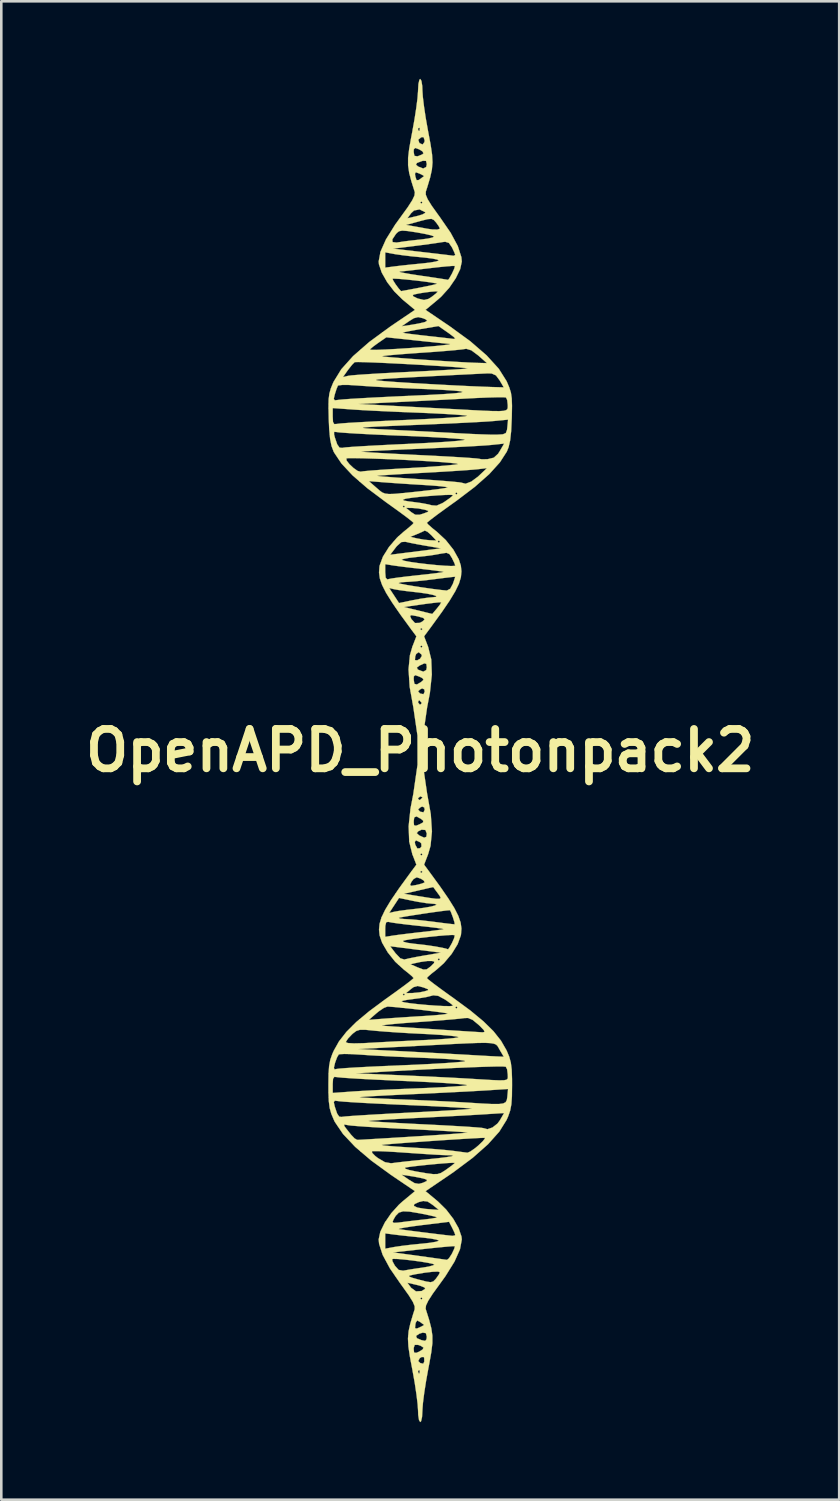
<source format=kicad_pcb>
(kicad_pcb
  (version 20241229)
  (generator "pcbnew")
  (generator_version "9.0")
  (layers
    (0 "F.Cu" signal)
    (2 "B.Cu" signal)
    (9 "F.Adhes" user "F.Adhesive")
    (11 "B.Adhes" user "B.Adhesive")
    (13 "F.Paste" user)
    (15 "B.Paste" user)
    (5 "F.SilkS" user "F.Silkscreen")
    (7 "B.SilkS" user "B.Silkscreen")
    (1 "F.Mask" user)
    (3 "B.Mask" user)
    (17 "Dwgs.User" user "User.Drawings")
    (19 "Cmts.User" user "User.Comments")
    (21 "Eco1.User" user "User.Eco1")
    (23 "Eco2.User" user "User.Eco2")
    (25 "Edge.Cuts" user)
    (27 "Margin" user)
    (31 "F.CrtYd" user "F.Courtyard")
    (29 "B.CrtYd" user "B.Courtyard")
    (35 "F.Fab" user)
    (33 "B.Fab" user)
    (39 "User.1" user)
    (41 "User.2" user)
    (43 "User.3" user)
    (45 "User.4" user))
  (footprint "OpenAPD_Photonpack2"
    (layer "F.Cu")
    (at 13.215 25.998)
    (property "Reference" "OpenAPD_Photonpack2" (at 0 0 0) (layer "F.SilkS") (effects (font (size 1.524 1.524) (thickness 0.3))))
    (attr through_hole)
    (fp_poly (pts (xy 0.047 -25.916) (xy 0.078 -25.72) (xy 0.084 -25.548) (xy 0.101 -25.297) (xy 0.146 -24.927) (xy 0.212 -24.484) (xy 0.295 -24.017) (xy 0.309 -23.944) (xy 0.402 -23.447) (xy 0.458 -23.069) (xy 0.475 -22.763) (xy 0.451 -22.482) (xy 0.384 -22.179) (xy 0.273 -21.807) (xy 0.215 -21.627) (xy 0.215 -21.511) (xy 0.285 -21.341) (xy 0.439 -21.092) (xy 0.689 -20.742) (xy 0.754 -20.653) (xy 1.175 -20.042) (xy 1.454 -19.523) (xy 1.592 -19.097) (xy 1.609 -18.925) (xy 1.546 -18.631) (xy 1.375 -18.279) (xy 1.124 -17.912) (xy 0.82 -17.575) (xy 0.685 -17.454) (xy 0.205 -17.055) (xy 1.137 -16.423) (xy 1.936 -15.841) (xy 2.57 -15.292) (xy 3.039 -14.777) (xy 3.342 -14.296) (xy 3.352 -14.274) (xy 3.448 -14.049) (xy 3.51 -13.85) (xy 3.542 -13.63) (xy 3.552 -13.344) (xy 3.545 -12.945) (xy 3.542 -12.846) (xy 3.519 -12.359) (xy 3.48 -12.003) (xy 3.42 -11.741) (xy 3.352 -11.57) (xy 3.083 -11.153) (xy 2.672 -10.699) (xy 2.112 -10.204) (xy 1.398 -9.662) (xy 1.314 -9.603) (xy 0.949 -9.341) (xy 0.638 -9.114) (xy 0.406 -8.937) (xy 0.276 -8.831) (xy 0.257 -8.808) (xy 0.32 -8.736) (xy 0.48 -8.596) (xy 0.642 -8.467) (xy 0.988 -8.146) (xy 1.284 -7.773) (xy 1.493 -7.399) (xy 1.572 -7.156) (xy 1.595 -6.933) (xy 1.574 -6.707) (xy 1.498 -6.457) (xy 1.356 -6.163) (xy 1.139 -5.803) (xy 0.836 -5.358) (xy 0.437 -4.808) (xy 0.347 -4.686) (xy 0.149 -4.419) (xy 0.307 -4.008) (xy 0.427 -3.524) (xy 0.449 -2.935) (xy 0.374 -2.229) (xy 0.267 -1.674) (xy 0.105 -0.553) (xy 0.107 0.581) (xy 0.267 1.674) (xy 0.409 2.467) (xy 0.453 3.135) (xy 0.399 3.689) (xy 0.307 4.008) (xy 0.149 4.419) (xy 0.347 4.686) (xy 0.766 5.26) (xy 1.086 5.724) (xy 1.32 6.098) (xy 1.475 6.404) (xy 1.564 6.661) (xy 1.595 6.89) (xy 1.579 7.111) (xy 1.572 7.156) (xy 1.448 7.496) (xy 1.217 7.871) (xy 0.916 8.23) (xy 0.635 8.48) (xy 0.428 8.643) (xy 0.291 8.765) (xy 0.257 8.808) (xy 0.321 8.87) (xy 0.501 9.011) (xy 0.772 9.212) (xy 1.11 9.457) (xy 1.306 9.597) (xy 1.944 10.067) (xy 2.447 10.483) (xy 2.834 10.864) (xy 3.124 11.229) (xy 3.336 11.597) (xy 3.348 11.622) (xy 3.445 11.854) (xy 3.506 12.079) (xy 3.54 12.348) (xy 3.553 12.709) (xy 3.554 12.954) (xy 3.549 13.382) (xy 3.528 13.692) (xy 3.482 13.933) (xy 3.405 14.156) (xy 3.342 14.299) (xy 3.061 14.75) (xy 2.623 15.24) (xy 2.032 15.763) (xy 1.296 16.313) (xy 1.137 16.423) (xy 0.205 17.055) (xy 0.685 17.454) (xy 1.003 17.767) (xy 1.279 18.126) (xy 1.486 18.49) (xy 1.597 18.813) (xy 1.609 18.925) (xy 1.538 19.307) (xy 1.327 19.781) (xy 0.974 20.348) (xy 0.754 20.653) (xy 0.483 21.027) (xy 0.311 21.295) (xy 0.223 21.481) (xy 0.209 21.606) (xy 0.215 21.627) (xy 0.345 22.039) (xy 0.429 22.364) (xy 0.47 22.648) (xy 0.47 22.939) (xy 0.429 23.282) (xy 0.351 23.725) (xy 0.309 23.944) (xy 0.225 24.411) (xy 0.155 24.86) (xy 0.106 25.245) (xy 0.085 25.518) (xy 0.084 25.548) (xy 0.07 25.797) (xy 0.033 25.958) (xy 0 25.993) (xy -0.047 25.916) (xy -0.078 25.72) (xy -0.084 25.548) (xy -0.101 25.297) (xy -0.146 24.927) (xy -0.212 24.484) (xy -0.29 24.045) (xy -0.085 24.045) (xy -0.054 24.115) (xy -0.028 24.102) (xy -0.018 24.001) (xy -0.028 23.989) (xy -0.079 24.001) (xy -0.085 24.045) (xy -0.29 24.045) (xy -0.295 24.017) (xy -0.309 23.944) (xy -0.368 23.63) (xy -0.078 23.63) (xy 0.001 23.708) (xy 0.115 23.733) (xy 0.156 23.655) (xy 0.153 23.51) (xy 0.133 23.473) (xy 0.04 23.479) (xy -0.022 23.525) (xy -0.078 23.63) (xy -0.368 23.63) (xy -0.402 23.447) (xy -0.444 23.162) (xy -0.254 23.162) (xy -0.238 23.301) (xy -0.156 23.314) (xy -0.045 23.269) (xy 0.095 23.18) (xy 0.126 23.112) (xy 0.021 23.042) (xy -0.083 23.005) (xy -0.213 23.005) (xy -0.253 23.126) (xy -0.254 23.162) (xy -0.444 23.162) (xy -0.458 23.069) (xy -0.475 22.763) (xy -0.466 22.658) (xy -0.161 22.658) (xy -0.129 22.746) (xy 0.047 22.821) (xy 0.191 22.85) (xy 0.242 22.788) (xy 0.254 22.691) (xy 0.22 22.552) (xy 0.098 22.531) (xy -0.035 22.573) (xy -0.161 22.658) (xy -0.466 22.658) (xy -0.451 22.482) (xy -0.424 22.358) (xy -0.201 22.358) (xy -0.131 22.373) (xy -0.029 22.33) (xy 0.111 22.26) (xy 0.149 22.23) (xy 0.072 22.177) (xy -0.011 22.114) (xy -0.118 22.061) (xy -0.172 22.143) (xy -0.188 22.215) (xy -0.201 22.358) (xy -0.424 22.358) (xy -0.384 22.179) (xy -0.273 21.807) (xy -0.215 21.627) (xy -0.215 21.511) (xy -0.285 21.341) (xy -0.367 21.209) (xy 0 21.209) (xy 0.042 21.251) (xy 0.085 21.209) (xy 0.042 21.167) (xy 0 21.209) (xy -0.367 21.209) (xy -0.439 21.092) (xy -0.689 20.742) (xy -0.754 20.653) (xy -0.791 20.6) (xy -0.496 20.6) (xy -0.354 20.795) (xy -0.165 20.934) (xy 0.057 20.921) (xy 0.193 20.833) (xy 0.159 20.781) (xy 0.000142 20.718) (xy -0.119 20.687) (xy -0.496 20.6) (xy -0.791 20.6) (xy -0.958 20.357) (xy -0.435 20.357) (xy -0.321 20.404) (xy -0.062 20.478) (xy -0.042 20.483) (xy 0.238 20.555) (xy 0.404 20.579) (xy 0.504 20.55) (xy 0.589 20.466) (xy 0.614 20.436) (xy 0.723 20.281) (xy 0.762 20.191) (xy 0.685 20.168) (xy 0.48 20.176) (xy 0.184 20.21) (xy -0.167 20.268) (xy -0.296 20.294) (xy -0.421 20.325) (xy -0.435 20.357) (xy -0.958 20.357) (xy -1.175 20.042) (xy -1.366 19.686) (xy -1.088 19.686) (xy -1.072 19.773) (xy -0.984 19.935) (xy -0.977 19.945) (xy -0.836 20.103) (xy -0.666 20.133) (xy -0.597 20.122) (xy -0.373 20.083) (xy -0.072 20.037) (xy 0.075 20.017) (xy 0.329 19.974) (xy 0.503 19.926) (xy 0.548 19.9) (xy 0.486 19.869) (xy 0.298 19.829) (xy 0.027 19.784) (xy -0.285 19.741) (xy -0.595 19.705) (xy -0.861 19.681) (xy -1.039 19.676) (xy -1.088 19.686) (xy -1.366 19.686) (xy -1.454 19.523) (xy -1.486 19.425) (xy -1.058 19.425) (xy -0.042 19.564) (xy 0.355 19.619) (xy 0.691 19.666) (xy 0.929 19.7) (xy 1.035 19.715) (xy 1.035 19.715) (xy 1.11 19.656) (xy 1.215 19.496) (xy 1.232 19.465) (xy 1.315 19.287) (xy 1.342 19.188) (xy 1.34 19.184) (xy 1.25 19.186) (xy 1.024 19.204) (xy 0.691 19.235) (xy 0.282 19.278) (xy 0.127 19.295) (xy -1.058 19.425) (xy -1.486 19.425) (xy -1.532 19.282) (xy -1.355 19.282) (xy -0.995 19.215) (xy -0.733 19.176) (xy -0.374 19.132) (xy 0.01 19.093) (xy 0.062 19.089) (xy 0.375 19.054) (xy 0.606 19.015) (xy 0.717 18.978) (xy 0.721 18.967) (xy 0.624 18.93) (xy 0.403 18.889) (xy 0.104 18.853) (xy 0.066 18.85) (xy -0.312 18.813) (xy -0.688 18.773) (xy -0.953 18.742) (xy -1.355 18.69) (xy -1.355 19.282) (xy -1.532 19.282) (xy -1.592 19.097) (xy -1.609 18.925) (xy -1.546 18.631) (xy -1.494 18.524) (xy -0.833 18.524) (xy -0.826 18.526) (xy -0.698 18.545) (xy -0.444 18.579) (xy -0.108 18.622) (xy 0.267 18.669) (xy 0.638 18.715) (xy 0.962 18.754) (xy 1.196 18.78) (xy 1.249 18.786) (xy 1.347 18.766) (xy 1.355 18.749) (xy 1.32 18.649) (xy 1.235 18.472) (xy 1.116 18.242) (xy 0.071 18.369) (xy -0.309 18.419) (xy -0.604 18.465) (xy -0.788 18.501) (xy -0.833 18.524) (xy -1.494 18.524) (xy -1.375 18.279) (xy -1.351 18.244) (xy -1.071 18.244) (xy -1.028 18.283) (xy -0.867 18.274) (xy -0.75 18.259) (xy -0.455 18.221) (xy -0.09 18.178) (xy 0.151 18.152) (xy 0.42 18.119) (xy 0.601 18.088) (xy 0.654 18.067) (xy 0.562 18.038) (xy 0.346 17.988) (xy 0.048 17.927) (xy -0.041 17.91) (xy -0.414 17.847) (xy -0.664 17.836) (xy -0.829 17.887) (xy -0.949 18.009) (xy -1.029 18.144) (xy -1.071 18.244) (xy -1.351 18.244) (xy -1.124 17.912) (xy -0.869 17.629) (xy -0.245 17.629) (xy -0.103 17.692) (xy 0.189 17.741) (xy 0.508 17.767) (xy 0.72 17.779) (xy 0.476 17.584) (xy 0.285 17.457) (xy 0.114 17.436) (xy -0.051 17.477) (xy -0.229 17.557) (xy -0.245 17.629) (xy -0.869 17.629) (xy -0.82 17.575) (xy -0.685 17.454) (xy -0.205 17.055) (xy -1.137 16.423) (xy -1.142 16.419) (xy -0.72 16.419) (xy -0.428 16.62) (xy -0.216 16.746) (xy -0.051 16.773) (xy 0.102 16.732) (xy 0.252 16.664) (xy 0.254 16.616) (xy 0.191 16.588) (xy 0.018 16.543) (xy -0.24 16.493) (xy -0.339 16.477) (xy -0.72 16.419) (xy -1.142 16.419) (xy -1.515 16.148) (xy -0.593 16.148) (xy -0.58 16.185) (xy -0.431 16.236) (xy -0.177 16.291) (xy -0.127 16.3) (xy 0.246 16.364) (xy 0.496 16.396) (xy 0.664 16.394) (xy 0.795 16.354) (xy 0.932 16.272) (xy 1.034 16.201) (xy 1.22 16.066) (xy 1.325 15.978) (xy 1.335 15.961) (xy 1.24 15.958) (xy 1.02 15.97) (xy 0.715 15.995) (xy 0.368 16.027) (xy 0.021 16.063) (xy -0.284 16.098) (xy -0.504 16.129) (xy -0.593 16.148) (xy -1.515 16.148) (xy -1.9 15.868) (xy -2.32 15.51) (xy -1.867 15.51) (xy -1.862 15.571) (xy -1.744 15.692) (xy -1.637 15.775) (xy -1.365 15.934) (xy -1.132 15.975) (xy -1.058 15.967) (xy -0.874 15.943) (xy -0.566 15.908) (xy -0.178 15.867) (xy 0.212 15.829) (xy 0.682 15.781) (xy 1.021 15.739) (xy 1.222 15.705) (xy 1.275 15.68) (xy 1.173 15.666) (xy 1.032 15.663) (xy 0.854 15.657) (xy 0.545 15.641) (xy 0.143 15.615) (xy -0.314 15.584) (xy -0.504 15.571) (xy -0.954 15.54) (xy -1.347 15.518) (xy -1.651 15.506) (xy -1.833 15.506) (xy -1.867 15.51) (xy -2.32 15.51) (xy -2.519 15.34) (xy -2.588 15.266) (xy -1.494 15.266) (xy -1.428 15.284) (xy -1.223 15.306) (xy -0.908 15.331) (xy -0.513 15.357) (xy -0.405 15.363) (xy 0.07 15.392) (xy 0.535 15.425) (xy 0.937 15.459) (xy 1.224 15.49) (xy 1.228 15.49) (xy 1.514 15.527) (xy 1.735 15.556) (xy 1.827 15.568) (xy 1.938 15.522) (xy 2.123 15.393) (xy 2.251 15.286) (xy 2.42 15.124) (xy 2.504 15.016) (xy 2.498 14.991) (xy 2.349 14.995) (xy 2.072 15.009) (xy 1.695 15.031) (xy 1.247 15.059) (xy 0.756 15.091) (xy 0.251 15.126) (xy -0.239 15.161) (xy -0.685 15.194) (xy -1.06 15.223) (xy -1.334 15.247) (xy -1.479 15.263) (xy -1.494 15.266) (xy -2.588 15.266) (xy -2.988 14.843) (xy -3.204 14.525) (xy -2.944 14.525) (xy -2.882 14.612) (xy -2.679 14.87) (xy -2.543 15.013) (xy -2.447 15.068) (xy -2.42 15.071) (xy -2.312 15.066) (xy -2.06 15.051) (xy -1.687 15.029) (xy -1.218 15.001) (xy -0.678 14.968) (xy -0.258 14.942) (xy 0.314 14.906) (xy 0.828 14.871) (xy 1.26 14.84) (xy 1.587 14.815) (xy 1.785 14.796) (xy 1.835 14.788) (xy 1.761 14.777) (xy 1.54 14.76) (xy 1.193 14.739) (xy 0.742 14.713) (xy 0.209 14.685) (xy -0.361 14.657) (xy -0.968 14.627) (xy -1.528 14.596) (xy -2.016 14.567) (xy -2.408 14.539) (xy -2.677 14.517) (xy -2.794 14.501) (xy -2.939 14.475) (xy -2.944 14.525) (xy -3.204 14.525) (xy -3.3 14.383) (xy -3.322 14.339) (xy -2.006 14.339) (xy -1.933 14.35) (xy -1.711 14.367) (xy -1.364 14.389) (xy -0.914 14.415) (xy -0.381 14.444) (xy 0.19 14.472) (xy 0.786 14.502) (xy 1.325 14.532) (xy 1.783 14.559) (xy 2.139 14.584) (xy 2.37 14.604) (xy 2.452 14.617) (xy 2.601 14.658) (xy 2.798 14.59) (xy 2.99 14.439) (xy 3.079 14.319) (xy 3.246 14.032) (xy 2.364 14.088) (xy 1.993 14.11) (xy 1.498 14.138) (xy 0.924 14.168) (xy 0.317 14.2) (xy -0.249 14.228) (xy -0.772 14.255) (xy -1.234 14.281) (xy -1.609 14.305) (xy -1.873 14.324) (xy -1.999 14.337) (xy -2.006 14.339) (xy -3.322 14.339) (xy -3.342 14.299) (xy -3.442 14.063) (xy -3.505 13.838) (xy -3.534 13.609) (xy -3.347 13.609) (xy -3.307 13.785) (xy -3.306 13.788) (xy -3.218 14.049) (xy -3.136 14.171) (xy -3.039 14.184) (xy -3.024 14.179) (xy -2.916 14.166) (xy -2.661 14.145) (xy -2.281 14.12) (xy -1.799 14.091) (xy -1.237 14.059) (xy -0.617 14.026) (xy -0.478 14.019) (xy 0.147 13.986) (xy 0.716 13.955) (xy 1.205 13.926) (xy 1.596 13.9) (xy 1.865 13.88) (xy 1.991 13.866) (xy 1.998 13.863) (xy 1.925 13.852) (xy 1.704 13.834) (xy 1.354 13.813) (xy 0.897 13.788) (xy 0.354 13.76) (xy -0.256 13.732) (xy -0.445 13.724) (xy -1.087 13.695) (xy -1.683 13.666) (xy -2.209 13.639) (xy -2.642 13.613) (xy -2.958 13.591) (xy -3.133 13.575) (xy -3.151 13.572) (xy -3.305 13.553) (xy -3.347 13.609) (xy -3.534 13.609) (xy -3.539 13.575) (xy -3.545 13.417) (xy -2.353 13.417) (xy -2.281 13.428) (xy -2.064 13.443) (xy -1.729 13.461) (xy -1.301 13.481) (xy -0.804 13.502) (xy -0.744 13.504) (xy -0.15 13.528) (xy 0.467 13.556) (xy 1.055 13.585) (xy 1.563 13.612) (xy 1.863 13.63) (xy 2.394 13.664) (xy 2.78 13.683) (xy 3.045 13.683) (xy 3.212 13.661) (xy 3.306 13.612) (xy 3.35 13.533) (xy 3.369 13.42) (xy 3.372 13.387) (xy 3.399 13.101) (xy 2.567 13.155) (xy 2.236 13.174) (xy 1.774 13.2) (xy 1.217 13.228) (xy 0.604 13.259) (xy -0.028 13.289) (xy -0.296 13.301) (xy -0.864 13.327) (xy -1.373 13.353) (xy -1.799 13.376) (xy -2.119 13.396) (xy -2.31 13.411) (xy -2.353 13.417) (xy -3.545 13.417) (xy -3.553 13.222) (xy -3.554 12.954) (xy -3.554 12.925) (xy -3.387 12.925) (xy -3.387 13.254) (xy -2.603 13.197) (xy -2.262 13.176) (xy -1.796 13.151) (xy -1.248 13.124) (xy -0.663 13.099) (xy -0.145 13.078) (xy 0.389 13.056) (xy 0.882 13.031) (xy 1.301 13.006) (xy 1.616 12.982) (xy 1.795 12.961) (xy 1.802 12.96) (xy 1.79 12.942) (xy 1.627 12.92) (xy 1.33 12.895) (xy 0.917 12.867) (xy 0.405 12.838) (xy -0.186 12.809) (xy -0.476 12.797) (xy -1.124 12.768) (xy -1.724 12.739) (xy -2.252 12.712) (xy -2.686 12.686) (xy -3.004 12.664) (xy -3.182 12.647) (xy -3.207 12.643) (xy -3.323 12.631) (xy -3.375 12.706) (xy -3.387 12.907) (xy -3.387 12.925) (xy -3.554 12.925) (xy -3.549 12.524) (xy -3.547 12.495) (xy -2.498 12.495) (xy -0.847 12.566) (xy -0.246 12.593) (xy 0.381 12.622) (xy 0.981 12.652) (xy 1.504 12.679) (xy 1.82 12.697) (xy 2.373 12.731) (xy 2.779 12.755) (xy 3.06 12.766) (xy 3.24 12.763) (xy 3.34 12.743) (xy 3.383 12.703) (xy 3.391 12.642) (xy 3.387 12.557) (xy 3.387 12.536) (xy 3.363 12.342) (xy 3.311 12.24) (xy 3.204 12.23) (xy 2.943 12.23) (xy 2.543 12.24) (xy 2.019 12.258) (xy 1.385 12.285) (xy 0.656 12.32) (xy -0.152 12.361) (xy -1.026 12.409) (xy -1.439 12.433) (xy -2.498 12.495) (xy -3.547 12.495) (xy -3.532 12.282) (xy -3.342 12.282) (xy -3.316 12.342) (xy -3.254 12.329) (xy -3.14 12.313) (xy -2.879 12.292) (xy -2.495 12.268) (xy -2.011 12.242) (xy -1.45 12.216) (xy -0.835 12.19) (xy -0.782 12.187) (xy -0.16 12.161) (xy 0.411 12.132) (xy 0.91 12.103) (xy 1.312 12.075) (xy 1.594 12.05) (xy 1.732 12.03) (xy 1.736 12.028) (xy 1.71 12.005) (xy 1.535 11.979) (xy 1.229 11.952) (xy 0.813 11.926) (xy 0.306 11.903) (xy 0.212 11.899) (xy -0.373 11.876) (xy -0.962 11.849) (xy -1.51 11.821) (xy -1.974 11.795) (xy -2.286 11.773) (xy -2.64 11.752) (xy -2.93 11.745) (xy -3.114 11.754) (xy -3.155 11.766) (xy -3.221 11.88) (xy -3.294 12.081) (xy -3.3 12.1) (xy -3.342 12.282) (xy -3.532 12.282) (xy -3.527 12.213) (xy -3.482 11.971) (xy -3.404 11.748) (xy -3.348 11.622) (xy -3.31 11.554) (xy -2.413 11.554) (xy -1.101 11.62) (xy -0.506 11.65) (xy 0.162 11.686) (xy 0.824 11.722) (xy 1.402 11.755) (xy 1.439 11.757) (xy 1.903 11.783) (xy 2.329 11.808) (xy 2.677 11.827) (xy 2.908 11.839) (xy 2.95 11.841) (xy 3.233 11.853) (xy 3.071 11.578) (xy 3.027 11.498) (xy 2.988 11.433) (xy 2.935 11.383) (xy 2.853 11.348) (xy 2.724 11.326) (xy 2.53 11.316) (xy 2.255 11.318) (xy 1.881 11.331) (xy 1.39 11.354) (xy 0.767 11.387) (xy -0.007 11.428) (xy -0.085 11.432) (xy -2.413 11.554) (xy -3.31 11.554) (xy -3.161 11.289) (xy -2.879 11.289) (xy -2.798 11.323) (xy -2.568 11.336) (xy -2.208 11.328) (xy -2.011 11.317) (xy -1.6 11.294) (xy -1.08 11.266) (xy -0.51 11.239) (xy 0.05 11.213) (xy 0.188 11.207) (xy 0.637 11.184) (xy 1.017 11.158) (xy 1.3 11.131) (xy 1.458 11.105) (xy 1.481 11.09) (xy 1.388 11.066) (xy 1.155 11.038) (xy 0.812 11.009) (xy 0.389 10.982) (xy 0.108 10.968) (xy -0.408 10.942) (xy -0.917 10.911) (xy -1.371 10.879) (xy -1.723 10.85) (xy -1.82 10.84) (xy -2.136 10.809) (xy -2.336 10.811) (xy -2.473 10.854) (xy -2.599 10.948) (xy -2.646 10.991) (xy -2.798 11.152) (xy -2.876 11.274) (xy -2.879 11.289) (xy -3.161 11.289) (xy -3.141 11.254) (xy -2.856 10.889) (xy -2.617 10.65) (xy -1.478 10.65) (xy -1.466 10.652) (xy -1.321 10.663) (xy -1.037 10.683) (xy -0.647 10.71) (xy -0.179 10.741) (xy 0.335 10.775) (xy 0.863 10.81) (xy 1.376 10.843) (xy 1.843 10.873) (xy 2.232 10.897) (xy 2.413 10.908) (xy 2.49 10.893) (xy 2.46 10.82) (xy 2.313 10.667) (xy 2.256 10.614) (xy 2.029 10.427) (xy 1.851 10.352) (xy 1.704 10.357) (xy 1.55 10.377) (xy 1.258 10.405) (xy 0.859 10.439) (xy 0.384 10.477) (xy -0.129 10.514) (xy -0.608 10.549) (xy -1.002 10.583) (xy -1.292 10.612) (xy -1.458 10.635) (xy -1.478 10.65) (xy -2.617 10.65) (xy -2.476 10.509) (xy -2.376 10.426) (xy -1.99 10.426) (xy -1.397 10.379) (xy -1.054 10.354) (xy -0.61 10.324) (xy -0.134 10.293) (xy 0.15 10.276) (xy 0.524 10.251) (xy 0.823 10.224) (xy 1.013 10.2) (xy 1.066 10.181) (xy 0.975 10.161) (xy 0.753 10.128) (xy 0.438 10.087) (xy 0.068 10.042) (xy -0.321 9.998) (xy -0.69 9.959) (xy -0.798 9.948) (xy 1.355 9.948) (xy 1.397 9.991) (xy 1.439 9.948) (xy 1.397 9.906) (xy 1.355 9.948) (xy -0.798 9.948) (xy -1.002 9.929) (xy -1.219 9.913) (xy -1.27 9.911) (xy -1.407 9.963) (xy -1.604 10.095) (xy -1.693 10.168) (xy -1.99 10.426) (xy -2.376 10.426) (xy -1.981 10.096) (xy -1.466 9.714) (xy -0.728 9.714) (xy -0.625 9.746) (xy -0.401 9.781) (xy -0.095 9.817) (xy 0.253 9.849) (xy 0.602 9.875) (xy 0.914 9.891) (xy 1.148 9.894) (xy 1.264 9.882) (xy 1.27 9.875) (xy 1.206 9.814) (xy 1.045 9.696) (xy 0.951 9.633) (xy 0.696 9.496) (xy 0.503 9.475) (xy 0.449 9.49) (xy 0.267 9.536) (xy -0.014 9.585) (xy -0.251 9.616) (xy -0.513 9.652) (xy -0.685 9.688) (xy -0.728 9.714) (xy -1.466 9.714) (xy -1.353 9.63) (xy -1.306 9.597) (xy -1.087 9.44) (xy -0.677 9.44) (xy -0.635 9.483) (xy -0.593 9.44) (xy -0.635 9.398) (xy -0.677 9.44) (xy -1.087 9.44) (xy -1.02 9.392) (xy -0.55 9.392) (xy -0.296 9.387) (xy -0.029 9.362) (xy 0.169 9.321) (xy 0.304 9.278) (xy 0.303 9.241) (xy 0.156 9.183) (xy 0.109 9.166) (xy -0.103 9.114) (xy -0.258 9.158) (xy -0.357 9.231) (xy -0.55 9.392) (xy -1.02 9.392) (xy -0.942 9.336) (xy -0.633 9.11) (xy -0.402 8.935) (xy -0.275 8.829) (xy -0.257 8.808) (xy -0.32 8.737) (xy -0.481 8.6) (xy -0.635 8.48) (xy -0.864 8.271) (xy -0.381 8.271) (xy -0.085 8.4) (xy 0.119 8.477) (xy 0.249 8.47) (xy 0.384 8.373) (xy 0.41 8.35) (xy 0.536 8.225) (xy 0.54 8.169) (xy 0.452 8.146) (xy 0.271 8.148) (xy 0.018 8.184) (xy -0.042 8.196) (xy -0.381 8.271) (xy -0.864 8.271) (xy -0.967 8.177) (xy -1.259 7.812) (xy -1.396 7.576) (xy -1.163 7.576) (xy -0.951 7.854) (xy -0.77 8.043) (xy -0.616 8.09) (xy -0.597 8.086) (xy 0.677 8.086) (xy 0.72 8.128) (xy 0.762 8.086) (xy 0.72 8.043) (xy 0.677 8.086) (xy -0.597 8.086) (xy -0.581 8.082) (xy -0.422 8.044) (xy -0.153 7.99) (xy 0.171 7.932) (xy 0.19 7.929) (xy 0.804 7.825) (xy -0.179 7.701) (xy -1.163 7.576) (xy -1.396 7.576) (xy -1.476 7.439) (xy -1.5 7.367) (xy -0.668 7.367) (xy -0.649 7.403) (xy -0.493 7.444) (xy -0.231 7.481) (xy -0.16 7.488) (xy 0.211 7.53) (xy 0.572 7.583) (xy 0.873 7.639) (xy 1.062 7.69) (xy 1.077 7.696) (xy 1.124 7.635) (xy 1.215 7.476) (xy 1.232 7.443) (xy 1.313 7.26) (xy 1.336 7.152) (xy 1.333 7.147) (xy 1.237 7.139) (xy 1.014 7.15) (xy 0.706 7.176) (xy 0.354 7.212) (xy -0.001 7.254) (xy -0.317 7.298) (xy -0.554 7.337) (xy -0.668 7.367) (xy -1.5 7.367) (xy -1.572 7.156) (xy -1.595 6.933) (xy -1.592 6.899) (xy -1.355 6.899) (xy -1.355 7.212) (xy -1.037 7.161) (xy -0.81 7.13) (xy -0.472 7.088) (xy -0.084 7.042) (xy 0.08 7.024) (xy 0.428 6.984) (xy 0.704 6.948) (xy 0.872 6.922) (xy 0.905 6.913) (xy 0.836 6.895) (xy 0.629 6.865) (xy 0.317 6.827) (xy -0.069 6.785) (xy -0.093 6.783) (xy -0.5 6.738) (xy -0.852 6.695) (xy -1.109 6.658) (xy -1.235 6.632) (xy -1.317 6.645) (xy -1.351 6.786) (xy -1.355 6.899) (xy -1.592 6.899) (xy -1.574 6.707) (xy -1.504 6.477) (xy -0.832 6.477) (xy -0.786 6.505) (xy -0.618 6.523) (xy -0.543 6.526) (xy -0.306 6.54) (xy 0.038 6.573) (xy 0.424 6.618) (xy 0.55 6.634) (xy 0.888 6.678) (xy 1.154 6.71) (xy 1.309 6.726) (xy 1.334 6.726) (xy 1.324 6.649) (xy 1.271 6.474) (xy 1.262 6.448) (xy 1.194 6.268) (xy 1.153 6.182) (xy 1.151 6.181) (xy 1.014 6.192) (xy 0.765 6.224) (xy 0.443 6.268) (xy 0.088 6.32) (xy -0.257 6.373) (xy -0.553 6.421) (xy -0.758 6.458) (xy -0.832 6.477) (xy -1.504 6.477) (xy -1.498 6.457) (xy -1.416 6.288) (xy -1.202 6.288) (xy -1.003 6.241) (xy -0.819 6.208) (xy -0.53 6.169) (xy -0.212 6.133) (xy 0.137 6.09) (xy 0.408 6.043) (xy 0.58 5.997) (xy 0.634 5.959) (xy 0.548 5.935) (xy 0.466 5.93) (xy 0.243 5.909) (xy -0.065 5.861) (xy -0.305 5.815) (xy -0.821 5.707) (xy -1.202 6.288) (xy -1.416 6.288) (xy -1.356 6.163) (xy -1.139 5.803) (xy -0.963 5.546) (xy -0.635 5.546) (xy -0.042 5.641) (xy 0.359 5.706) (xy 0.617 5.74) (xy 0.753 5.741) (xy 0.791 5.704) (xy 0.754 5.627) (xy 0.677 5.521) (xy 0.502 5.284) (xy -0.635 5.546) (xy -0.963 5.546) (xy -0.836 5.358) (xy -0.725 5.205) (xy -0.394 5.205) (xy -0.348 5.238) (xy -0.172 5.209) (xy -0.156 5.205) (xy 0.047 5.155) (xy 0.163 5.111) (xy 0.167 5.108) (xy 0.146 5.043) (xy 0.031 4.965) (xy -0.111 4.915) (xy -0.145 4.912) (xy -0.261 4.978) (xy -0.343 5.088) (xy -0.394 5.205) (xy -0.725 5.205) (xy -0.437 4.808) (xy -0.357 4.699) (xy 0 4.699) (xy 0.042 4.741) (xy 0.085 4.699) (xy 0.042 4.657) (xy 0 4.699) (xy -0.357 4.699) (xy -0.347 4.686) (xy -0.149 4.419) (xy -0.302 4.022) (xy 0 4.022) (xy 0.042 4.064) (xy 0.085 4.022) (xy 0.042 3.979) (xy 0 4.022) (xy -0.302 4.022) (xy -0.307 4.008) (xy -0.424 3.537) (xy -0.211 3.537) (xy -0.194 3.641) (xy -0.113 3.79) (xy -0.007 3.782) (xy 0.048 3.716) (xy 0.04 3.598) (xy -0.01 3.548) (xy -0.163 3.478) (xy -0.211 3.537) (xy -0.424 3.537) (xy -0.427 3.524) (xy -0.439 3.197) (xy -0.136 3.197) (xy -0.052 3.277) (xy -0.031 3.29) (xy 0.152 3.374) (xy 0.236 3.34) (xy 0.254 3.217) (xy 0.2 3.076) (xy 0.053 3.064) (xy -0.074 3.124) (xy -0.136 3.197) (xy -0.439 3.197) (xy -0.449 2.935) (xy -0.43 2.75) (xy -0.254 2.75) (xy -0.24 2.893) (xy -0.163 2.912) (xy -0.035 2.86) (xy 0.111 2.782) (xy 0.115 2.718) (xy 0.033 2.65) (xy -0.143 2.551) (xy -0.232 2.59) (xy -0.254 2.75) (xy -0.43 2.75) (xy -0.38 2.282) (xy -0.084 2.282) (xy -0.016 2.357) (xy 0 2.368) (xy 0.127 2.393) (xy 0.173 2.292) (xy 0.155 2.204) (xy 0.074 2.169) (xy 0 2.204) (xy -0.084 2.282) (xy -0.38 2.282) (xy -0.374 2.229) (xy -0.304 1.868) (xy -0.085 1.868) (xy -0.033 1.918) (xy 0 1.905) (xy 0.081 1.829) (xy 0.085 1.815) (xy 0.019 1.779) (xy 0 1.778) (xy -0.081 1.843) (xy -0.085 1.868) (xy -0.304 1.868) (xy -0.267 1.674) (xy -0.105 0.553) (xy -0.107 -0.581) (xy -0.267 -1.674) (xy -0.301 -1.863) (xy -0.085 -1.863) (xy -0.02 -1.781) (xy 0.005 -1.778) (xy 0.056 -1.83) (xy 0.042 -1.863) (xy -0.034 -1.943) (xy -0.047 -1.947) (xy -0.084 -1.882) (xy -0.085 -1.863) (xy -0.301 -1.863) (xy -0.377 -2.29) (xy -0.084 -2.29) (xy -0.016 -2.215) (xy 0 -2.204) (xy 0.127 -2.179) (xy 0.173 -2.28) (xy 0.155 -2.368) (xy 0.074 -2.403) (xy 0 -2.368) (xy -0.084 -2.29) (xy -0.377 -2.29) (xy -0.409 -2.467) (xy -0.427 -2.75) (xy -0.254 -2.75) (xy -0.226 -2.58) (xy -0.13 -2.555) (xy 0.033 -2.65) (xy 0.126 -2.735) (xy 0.089 -2.798) (xy -0.035 -2.86) (xy -0.191 -2.917) (xy -0.247 -2.869) (xy -0.254 -2.75) (xy -0.427 -2.75) (xy -0.453 -3.135) (xy -0.446 -3.21) (xy -0.131 -3.21) (xy -0.097 -3.14) (xy -0.075 -3.125) (xy 0.118 -3.052) (xy 0.232 -3.114) (xy 0.254 -3.217) (xy 0.237 -3.353) (xy 0.158 -3.373) (xy -0.017 -3.293) (xy -0.131 -3.21) (xy -0.446 -3.21) (xy -0.418 -3.499) (xy -0.204 -3.499) (xy -0.118 -3.49) (xy -0.01 -3.548) (xy 0.062 -3.659) (xy 0.048 -3.716) (xy -0.061 -3.806) (xy -0.158 -3.735) (xy -0.194 -3.641) (xy -0.204 -3.499) (xy -0.418 -3.499) (xy -0.399 -3.689) (xy -0.307 -4.008) (xy -0.302 -4.022) (xy 0 -4.022) (xy 0.042 -3.979) (xy 0.085 -4.022) (xy 0.042 -4.064) (xy 0 -4.022) (xy -0.302 -4.022) (xy -0.149 -4.419) (xy -0.347 -4.686) (xy -0.357 -4.699) (xy 0 -4.699) (xy 0.042 -4.657) (xy 0.085 -4.699) (xy 0.042 -4.741) (xy 0 -4.699) (xy -0.357 -4.699) (xy -0.729 -5.209) (xy -0.394 -5.209) (xy -0.349 -5.099) (xy -0.343 -5.088) (xy -0.202 -4.934) (xy -0.018 -4.94) (xy 0.082 -4.992) (xy 0.167 -5.068) (xy 0.125 -5.127) (xy -0.061 -5.184) (xy -0.156 -5.205) (xy -0.341 -5.238) (xy -0.394 -5.209) (xy -0.729 -5.209) (xy -0.766 -5.26) (xy -0.97 -5.555) (xy -0.635 -5.555) (xy 0.466 -5.285) (xy 0.649 -5.5) (xy 0.767 -5.651) (xy 0.812 -5.733) (xy 0.811 -5.736) (xy 0.724 -5.735) (xy 0.509 -5.712) (xy 0.207 -5.674) (xy 0.078 -5.656) (xy -0.635 -5.555) (xy -0.97 -5.555) (xy -1.086 -5.724) (xy -1.32 -6.098) (xy -1.416 -6.288) (xy -1.202 -6.288) (xy -1.011 -5.997) (xy -0.821 -5.707) (xy -0.305 -5.815) (xy 0.018 -5.875) (xy 0.312 -5.917) (xy 0.466 -5.93) (xy 0.616 -5.947) (xy 0.618 -5.98) (xy 0.493 -6.023) (xy 0.262 -6.071) (xy -0.057 -6.116) (xy -0.212 -6.133) (xy -0.541 -6.171) (xy -0.828 -6.21) (xy -1.003 -6.241) (xy -1.202 -6.288) (xy -1.416 -6.288) (xy -1.475 -6.404) (xy -1.503 -6.485) (xy -0.831 -6.485) (xy -0.83 -6.474) (xy -0.736 -6.448) (xy -0.516 -6.406) (xy -0.211 -6.356) (xy 0.137 -6.303) (xy 0.487 -6.253) (xy 0.797 -6.214) (xy 1.027 -6.191) (xy 1.029 -6.191) (xy 1.16 -6.26) (xy 1.262 -6.447) (xy 1.325 -6.631) (xy 1.354 -6.723) (xy 1.355 -6.725) (xy 1.277 -6.72) (xy 1.068 -6.696) (xy 0.765 -6.659) (xy 0.572 -6.634) (xy 0.181 -6.586) (xy -0.187 -6.549) (xy -0.47 -6.528) (xy -0.543 -6.525) (xy -0.74 -6.512) (xy -0.831 -6.485) (xy -1.503 -6.485) (xy -1.564 -6.661) (xy -1.595 -6.89) (xy -1.594 -6.899) (xy -1.355 -6.899) (xy -1.338 -6.691) (xy -1.279 -6.623) (xy -1.235 -6.632) (xy -1.108 -6.658) (xy -0.85 -6.695) (xy -0.498 -6.738) (xy -0.093 -6.783) (xy 0.297 -6.825) (xy 0.614 -6.863) (xy 0.827 -6.894) (xy 0.905 -6.912) (xy 0.905 -6.913) (xy 0.816 -6.932) (xy 0.596 -6.963) (xy 0.284 -7.001) (xy 0.08 -7.024) (xy -0.312 -7.069) (xy -0.678 -7.113) (xy -0.959 -7.15) (xy -1.037 -7.161) (xy -1.355 -7.212) (xy -1.355 -6.899) (xy -1.594 -6.899) (xy -1.579 -7.111) (xy -1.572 -7.156) (xy -1.488 -7.384) (xy -0.721 -7.384) (xy -0.719 -7.379) (xy -0.613 -7.342) (xy -0.386 -7.299) (xy -0.076 -7.254) (xy 0.276 -7.212) (xy 0.632 -7.176) (xy 0.955 -7.151) (xy 1.203 -7.14) (xy 1.34 -7.148) (xy 1.355 -7.159) (xy 1.32 -7.259) (xy 1.234 -7.437) (xy 1.23 -7.446) (xy 1.132 -7.602) (xy 1.016 -7.652) (xy 0.814 -7.622) (xy 0.794 -7.618) (xy 0.549 -7.574) (xy 0.21 -7.527) (xy -0.144 -7.489) (xy -0.436 -7.455) (xy -0.641 -7.417) (xy -0.721 -7.384) (xy -1.488 -7.384) (xy -1.446 -7.499) (xy -1.398 -7.576) (xy -1.163 -7.576) (xy 0.804 -7.825) (xy 0.19 -7.929) (xy -0.135 -7.987) (xy -0.409 -8.041) (xy -0.576 -8.08) (xy -0.581 -8.082) (xy -0.733 -8.066) (xy -0.906 -7.911) (xy -0.951 -7.854) (xy -1.163 -7.576) (xy -1.398 -7.576) (xy -1.209 -7.878) (xy -1.03 -8.086) (xy 0.677 -8.086) (xy 0.72 -8.043) (xy 0.762 -8.086) (xy 0.72 -8.128) (xy 0.677 -8.086) (xy -1.03 -8.086) (xy -0.896 -8.241) (xy -0.864 -8.27) (xy -0.381 -8.27) (xy -0.127 -8.209) (xy 0.152 -8.159) (xy 0.375 -8.138) (xy 0.622 -8.128) (xy 0.426 -8.337) (xy 0.278 -8.468) (xy 0.176 -8.512) (xy 0.169 -8.509) (xy 0.054 -8.453) (xy -0.136 -8.371) (xy -0.381 -8.27) (xy -0.864 -8.27) (xy -0.642 -8.467) (xy -0.435 -8.635) (xy -0.295 -8.761) (xy -0.257 -8.808) (xy -0.322 -8.87) (xy -0.501 -9.011) (xy -0.772 -9.213) (xy -1.02 -9.392) (xy -0.55 -9.392) (xy -0.357 -9.231) (xy -0.194 -9.127) (xy -0.026 -9.125) (xy 0.109 -9.166) (xy 0.286 -9.232) (xy 0.315 -9.271) (xy 0.206 -9.311) (xy 0.169 -9.321) (xy -0.08 -9.369) (xy -0.296 -9.387) (xy -0.55 -9.392) (xy -1.02 -9.392) (xy -1.087 -9.44) (xy -0.677 -9.44) (xy -0.635 -9.398) (xy -0.593 -9.44) (xy -0.635 -9.483) (xy -0.677 -9.44) (xy -1.087 -9.44) (xy -1.111 -9.458) (xy -1.314 -9.603) (xy -1.45 -9.704) (xy -0.672 -9.704) (xy -0.628 -9.673) (xy -0.439 -9.64) (xy -0.269 -9.619) (xy 0.044 -9.576) (xy 0.312 -9.526) (xy 0.449 -9.49) (xy 0.632 -9.477) (xy 0.863 -9.577) (xy 0.951 -9.633) (xy 1.142 -9.767) (xy 1.256 -9.862) (xy 1.27 -9.883) (xy 1.193 -9.895) (xy 0.988 -9.892) (xy 0.697 -9.877) (xy 0.36 -9.852) (xy 0.019 -9.822) (xy -0.285 -9.788) (xy -0.513 -9.755) (xy -0.586 -9.74) (xy -0.672 -9.704) (xy -1.45 -9.704) (xy -2.045 -10.15) (xy -2.363 -10.426) (xy -1.99 -10.426) (xy -1.693 -10.168) (xy -1.572 -10.062) (xy -1.472 -9.988) (xy -1.361 -9.944) (xy -1.211 -9.927) (xy -0.991 -9.933) (xy -0.823 -9.948) (xy 1.355 -9.948) (xy 1.397 -9.906) (xy 1.439 -9.948) (xy 1.397 -9.991) (xy 1.355 -9.948) (xy -0.823 -9.948) (xy -0.672 -9.962) (xy -0.223 -10.009) (xy -0.058 -10.027) (xy 0.352 -10.073) (xy 0.697 -10.117) (xy 0.944 -10.154) (xy 1.061 -10.179) (xy 1.066 -10.181) (xy 1.003 -10.201) (xy 0.803 -10.226) (xy 0.497 -10.253) (xy 0.15 -10.276) (xy -0.312 -10.304) (xy -0.784 -10.335) (xy -1.198 -10.364) (xy -1.397 -10.379) (xy -1.99 -10.426) (xy -2.363 -10.426) (xy -2.599 -10.631) (xy -1.673 -10.631) (xy -1.6 -10.619) (xy -1.383 -10.599) (xy -1.047 -10.573) (xy -0.619 -10.542) (xy -0.123 -10.508) (xy -0.064 -10.504) (xy 0.443 -10.47) (xy 0.889 -10.436) (xy 1.249 -10.406) (xy 1.494 -10.382) (xy 1.6 -10.365) (xy 1.602 -10.364) (xy 1.754 -10.325) (xy 1.975 -10.408) (xy 2.234 -10.599) (xy 2.266 -10.629) (xy 2.582 -10.928) (xy 2.201 -10.884) (xy 2 -10.866) (xy 1.662 -10.841) (xy 1.221 -10.812) (xy 0.709 -10.781) (xy 0.159 -10.75) (xy 0.085 -10.746) (xy -0.438 -10.716) (xy -0.9 -10.689) (xy -1.275 -10.665) (xy -1.539 -10.645) (xy -1.666 -10.633) (xy -1.673 -10.631) (xy -2.599 -10.631) (xy -2.621 -10.65) (xy -3.047 -11.107) (xy -3.181 -11.306) (xy -2.861 -11.306) (xy -2.847 -11.218) (xy -2.738 -11.08) (xy -2.581 -10.933) (xy -2.423 -10.822) (xy -2.31 -10.791) (xy -2.307 -10.792) (xy -2.191 -10.809) (xy -1.934 -10.833) (xy -1.56 -10.861) (xy -1.098 -10.892) (xy -0.573 -10.923) (xy -0.398 -10.933) (xy 0.137 -10.965) (xy 0.615 -10.998) (xy 1.01 -11.03) (xy 1.295 -11.059) (xy 1.446 -11.082) (xy 1.462 -11.088) (xy 1.399 -11.107) (xy 1.189 -11.132) (xy 0.852 -11.161) (xy 0.41 -11.191) (xy -0.115 -11.222) (xy -0.643 -11.25) (xy -1.232 -11.276) (xy -1.764 -11.296) (xy -2.216 -11.31) (xy -2.565 -11.316) (xy -2.788 -11.315) (xy -2.861 -11.306) (xy -3.181 -11.306) (xy -3.33 -11.528) (xy -3.351 -11.569) (xy -2.286 -11.569) (xy -2.239 -11.56) (xy -2.043 -11.544) (xy -1.717 -11.524) (xy -1.283 -11.499) (xy -0.76 -11.471) (xy -0.168 -11.441) (xy -0.085 -11.437) (xy 0.526 -11.407) (xy 1.079 -11.377) (xy 1.553 -11.349) (xy 1.927 -11.324) (xy 2.177 -11.304) (xy 2.281 -11.29) (xy 2.283 -11.289) (xy 2.385 -11.271) (xy 2.585 -11.275) (xy 2.618 -11.278) (xy 2.849 -11.334) (xy 3.013 -11.485) (xy 3.08 -11.591) (xy 3.248 -11.879) (xy 2.746 -11.826) (xy 2.523 -11.808) (xy 2.16 -11.785) (xy 1.687 -11.759) (xy 1.133 -11.731) (xy 0.528 -11.703) (xy 0.042 -11.682) (xy -0.556 -11.656) (xy -1.103 -11.631) (xy -1.573 -11.609) (xy -1.944 -11.591) (xy -2.19 -11.577) (xy -2.286 -11.569) (xy -3.351 -11.569) (xy -3.352 -11.57) (xy -3.433 -11.783) (xy -3.488 -12.059) (xy -3.505 -12.235) (xy -3.335 -12.235) (xy -3.305 -12.118) (xy -3.213 -11.849) (xy -3.123 -11.723) (xy -3.016 -11.711) (xy -3 -11.717) (xy -2.888 -11.732) (xy -2.629 -11.753) (xy -2.247 -11.777) (xy -1.764 -11.804) (xy -1.203 -11.833) (xy -0.586 -11.862) (xy -0.497 -11.866) (xy 0.109 -11.895) (xy 0.647 -11.925) (xy 1.098 -11.955) (xy 1.442 -11.983) (xy 1.66 -12.008) (xy 1.733 -12.028) (xy 1.728 -12.032) (xy 1.603 -12.052) (xy 1.333 -12.075) (xy 0.94 -12.102) (xy 0.449 -12.13) (xy -0.117 -12.159) (xy -0.735 -12.185) (xy -0.782 -12.187) (xy -1.4 -12.213) (xy -1.966 -12.24) (xy -2.458 -12.266) (xy -2.851 -12.291) (xy -3.123 -12.311) (xy -3.251 -12.328) (xy -3.254 -12.329) (xy -3.333 -12.334) (xy -3.335 -12.235) (xy -3.505 -12.235) (xy -3.524 -12.436) (xy -3.526 -12.484) (xy -2.222 -12.484) (xy -2.111 -12.469) (xy -1.875 -12.452) (xy -1.52 -12.433) (xy -1.058 -12.41) (xy -0.47 -12.381) (xy 0.165 -12.349) (xy 0.782 -12.316) (xy 1.318 -12.287) (xy 1.482 -12.277) (xy 1.936 -12.254) (xy 2.365 -12.236) (xy 2.722 -12.225) (xy 2.959 -12.224) (xy 2.963 -12.224) (xy 3.199 -12.238) (xy 3.314 -12.288) (xy 3.359 -12.41) (xy 3.372 -12.52) (xy 3.399 -12.806) (xy 2.864 -12.754) (xy 2.632 -12.736) (xy 2.261 -12.714) (xy 1.78 -12.689) (xy 1.218 -12.661) (xy 0.606 -12.634) (xy 0.085 -12.612) (xy -0.686 -12.581) (xy -1.293 -12.555) (xy -1.745 -12.534) (xy -2.045 -12.516) (xy -2.203 -12.499) (xy -2.222 -12.484) (xy -3.526 -12.484) (xy -3.542 -12.846) (xy -3.543 -12.925) (xy -3.387 -12.925) (xy -3.376 -12.715) (xy -3.328 -12.633) (xy -3.216 -12.64) (xy -3.207 -12.643) (xy -3.079 -12.658) (xy -2.804 -12.679) (xy -2.406 -12.703) (xy -1.906 -12.73) (xy -1.328 -12.759) (xy -0.693 -12.787) (xy -0.476 -12.797) (xy 0.146 -12.825) (xy 0.696 -12.854) (xy 1.155 -12.882) (xy 1.507 -12.909) (xy 1.734 -12.933) (xy 1.817 -12.952) (xy 1.802 -12.96) (xy 1.635 -12.98) (xy 1.329 -13.004) (xy 0.916 -13.029) (xy 0.428 -13.054) (xy -0.104 -13.077) (xy -0.145 -13.078) (xy -0.726 -13.101) (xy -1.309 -13.127) (xy -1.85 -13.153) (xy -2.305 -13.178) (xy -2.603 -13.197) (xy -3.387 -13.254) (xy -3.387 -12.925) (xy -3.543 -12.925) (xy -3.551 -13.274) (xy -3.549 -13.412) (xy -2.413 -13.412) (xy -1.185 -13.347) (xy -0.596 -13.315) (xy 0.075 -13.279) (xy 0.742 -13.243) (xy 1.27 -13.215) (xy 1.923 -13.179) (xy 2.425 -13.153) (xy 2.798 -13.138) (xy 3.06 -13.136) (xy 3.23 -13.147) (xy 3.328 -13.174) (xy 3.374 -13.217) (xy 3.387 -13.279) (xy 3.387 -13.36) (xy 3.387 -13.372) (xy 3.366 -13.564) (xy 3.319 -13.663) (xy 3.217 -13.672) (xy 2.974 -13.671) (xy 2.619 -13.662) (xy 2.182 -13.644) (xy 1.774 -13.623) (xy 1.15 -13.589) (xy 0.452 -13.553) (xy -0.248 -13.517) (xy -0.876 -13.486) (xy -1.058 -13.477) (xy -2.413 -13.412) (xy -3.549 -13.412) (xy -3.546 -13.579) (xy -3.542 -13.611) (xy -3.347 -13.611) (xy -3.306 -13.553) (xy -3.153 -13.572) (xy -3.151 -13.572) (xy -3.009 -13.587) (xy -2.722 -13.608) (xy -2.313 -13.633) (xy -1.805 -13.661) (xy -1.222 -13.69) (xy -0.586 -13.72) (xy -0.423 -13.727) (xy 0.327 -13.762) (xy 0.908 -13.794) (xy 1.321 -13.824) (xy 1.566 -13.852) (xy 1.643 -13.878) (xy 1.554 -13.905) (xy 1.298 -13.931) (xy 0.876 -13.958) (xy 0.288 -13.987) (xy -0.212 -14.007) (xy -0.765 -14.031) (xy -1.318 -14.058) (xy -1.824 -14.086) (xy -2.237 -14.113) (xy -2.44 -14.128) (xy -2.767 -14.148) (xy -3.025 -14.148) (xy -3.171 -14.13) (xy -3.188 -14.119) (xy -3.24 -13.994) (xy -3.305 -13.791) (xy -3.306 -13.788) (xy -3.347 -13.611) (xy -3.542 -13.611) (xy -3.518 -13.808) (xy -3.463 -14.008) (xy -3.375 -14.224) (xy -3.352 -14.274) (xy -3.306 -14.348) (xy -1.707 -14.348) (xy -1.698 -14.332) (xy -1.592 -14.316) (xy -1.401 -14.297) (xy -1.312 -14.29) (xy -0.946 -14.262) (xy -0.452 -14.23) (xy 0.127 -14.196) (xy 0.751 -14.161) (xy 1.377 -14.128) (xy 1.964 -14.1) (xy 2.469 -14.079) (xy 2.781 -14.068) (xy 3.233 -14.055) (xy 3.071 -14.33) (xy 2.93 -14.519) (xy 2.766 -14.591) (xy 2.619 -14.597) (xy 2.457 -14.59) (xy 2.151 -14.575) (xy 1.73 -14.554) (xy 1.218 -14.528) (xy 0.642 -14.498) (xy 0.127 -14.471) (xy -0.53 -14.436) (xy -1.03 -14.407) (xy -1.385 -14.384) (xy -1.607 -14.365) (xy -1.707 -14.348) (xy -3.306 -14.348) (xy -3.242 -14.452) (xy -2.993 -14.452) (xy -2.788 -14.502) (xy -2.65 -14.52) (xy -2.368 -14.543) (xy -1.966 -14.57) (xy -1.47 -14.6) (xy -0.904 -14.63) (xy -0.361 -14.657) (xy 0.231 -14.686) (xy 0.761 -14.714) (xy 1.208 -14.74) (xy 1.55 -14.761) (xy 1.767 -14.778) (xy 1.835 -14.788) (xy 1.741 -14.805) (xy 1.507 -14.827) (xy 1.158 -14.854) (xy 0.724 -14.883) (xy 0.231 -14.914) (xy -0.293 -14.944) (xy -0.82 -14.972) (xy -1.322 -14.997) (xy -1.772 -15.017) (xy -2.142 -15.03) (xy -2.405 -15.036) (xy -2.532 -15.032) (xy -2.538 -15.03) (xy -2.636 -14.933) (xy -2.775 -14.757) (xy -2.805 -14.717) (xy -2.993 -14.452) (xy -3.242 -14.452) (xy -3.057 -14.754) (xy -2.605 -15.258) (xy -1.485 -15.258) (xy -1.396 -15.244) (xy -1.167 -15.222) (xy -0.828 -15.194) (xy -0.407 -15.162) (xy 0.065 -15.129) (xy 0.561 -15.096) (xy 1.05 -15.064) (xy 1.503 -15.037) (xy 1.892 -15.016) (xy 2.186 -15.004) (xy 2.244 -15.002) (xy 2.582 -14.993) (xy 2.245 -15.291) (xy 1.979 -15.489) (xy 1.781 -15.549) (xy 1.737 -15.542) (xy 1.6 -15.522) (xy 1.325 -15.494) (xy 0.942 -15.461) (xy 0.481 -15.425) (xy 0.024 -15.394) (xy -0.463 -15.359) (xy -0.883 -15.326) (xy -1.21 -15.297) (xy -1.42 -15.273) (xy -1.485 -15.258) (xy -2.605 -15.258) (xy -2.596 -15.267) (xy -2.311 -15.516) (xy -1.947 -15.516) (xy -1.868 -15.506) (xy -1.65 -15.508) (xy -1.322 -15.521) (xy -0.915 -15.543) (xy -0.459 -15.572) (xy 0.018 -15.607) (xy 0.484 -15.646) (xy 0.654 -15.661) (xy 0.936 -15.692) (xy 1.115 -15.717) (xy 1.162 -15.734) (xy 1.143 -15.737) (xy 0.999 -15.751) (xy 0.723 -15.778) (xy 0.352 -15.817) (xy -0.075 -15.862) (xy -0.169 -15.872) (xy -1.312 -15.993) (xy -1.63 -15.774) (xy -1.819 -15.636) (xy -1.933 -15.538) (xy -1.947 -15.516) (xy -2.311 -15.516) (xy -1.97 -15.814) (xy -1.488 -16.167) (xy -0.677 -16.167) (xy -0.581 -16.15) (xy -0.352 -16.119) (xy -0.027 -16.08) (xy 0.296 -16.043) (xy 0.678 -16.001) (xy 0.996 -15.965) (xy 1.213 -15.939) (xy 1.291 -15.929) (xy 1.355 -15.947) (xy 1.355 -15.948) (xy 1.292 -16.01) (xy 1.132 -16.132) (xy 1.031 -16.203) (xy 0.707 -16.428) (xy -0.006 -16.308) (xy -0.322 -16.252) (xy -0.555 -16.205) (xy -0.672 -16.174) (xy -0.677 -16.167) (xy -1.488 -16.167) (xy -1.178 -16.394) (xy -1.142 -16.419) (xy -0.72 -16.419) (xy -0.339 -16.477) (xy -0.071 -16.524) (xy 0.143 -16.573) (xy 0.191 -16.588) (xy 0.27 -16.635) (xy 0.21 -16.687) (xy 0.102 -16.732) (xy -0.08 -16.775) (xy -0.247 -16.732) (xy -0.428 -16.62) (xy -0.72 -16.419) (xy -1.142 -16.419) (xy -1.137 -16.423) (xy -0.205 -17.055) (xy -0.685 -17.454) (xy -0.864 -17.631) (xy -0.288 -17.631) (xy -0.269 -17.578) (xy -0.126 -17.507) (xy -0.076 -17.489) (xy 0.146 -17.437) (xy 0.316 -17.478) (xy 0.445 -17.56) (xy 0.602 -17.682) (xy 0.676 -17.758) (xy 0.677 -17.762) (xy 0.603 -17.771) (xy 0.419 -17.758) (xy 0.181 -17.728) (xy -0.055 -17.69) (xy -0.233 -17.651) (xy -0.288 -17.631) (xy -0.864 -17.631) (xy -1.003 -17.767) (xy -1.279 -18.126) (xy -1.355 -18.26) (xy -1.073 -18.26) (xy -1.044 -18.187) (xy -0.953 -18.043) (xy -0.841 -17.891) (xy -0.754 -17.791) (xy -0.735 -17.78) (xy -0.651 -17.795) (xy -0.441 -17.834) (xy -0.145 -17.89) (xy -0.048 -17.909) (xy 0.268 -17.972) (xy 0.511 -18.025) (xy 0.642 -18.06) (xy 0.653 -18.066) (xy 0.587 -18.086) (xy 0.386 -18.12) (xy 0.084 -18.161) (xy -0.18 -18.192) (xy -0.542 -18.23) (xy -0.835 -18.255) (xy -1.023 -18.264) (xy -1.073 -18.26) (xy -1.355 -18.26) (xy -1.486 -18.49) (xy -1.502 -18.535) (xy -0.804 -18.535) (xy -0.793 -18.519) (xy -0.638 -18.485) (xy -0.368 -18.437) (xy -0.005 -18.381) (xy 0.042 -18.374) (xy 0.435 -18.317) (xy 0.76 -18.268) (xy 0.985 -18.232) (xy 1.077 -18.215) (xy 1.077 -18.215) (xy 1.124 -18.273) (xy 1.214 -18.432) (xy 1.232 -18.465) (xy 1.315 -18.646) (xy 1.342 -18.749) (xy 1.34 -18.754) (xy 1.25 -18.756) (xy 1.027 -18.739) (xy 0.704 -18.707) (xy 0.339 -18.665) (xy -0.065 -18.618) (xy -0.418 -18.577) (xy -0.681 -18.548) (xy -0.804 -18.535) (xy -1.502 -18.535) (xy -1.555 -18.69) (xy -1.355 -18.69) (xy -0.953 -18.742) (xy -0.654 -18.777) (xy -0.274 -18.817) (xy 0.066 -18.85) (xy 0.371 -18.885) (xy 0.603 -18.925) (xy 0.717 -18.963) (xy 0.721 -18.967) (xy 0.661 -19.002) (xy 0.469 -19.041) (xy 0.181 -19.077) (xy 0.062 -19.089) (xy -0.32 -19.126) (xy -0.687 -19.17) (xy -0.967 -19.21) (xy -0.995 -19.215) (xy -1.355 -19.282) (xy -1.355 -18.69) (xy -1.555 -18.69) (xy -1.597 -18.813) (xy -1.609 -18.925) (xy -1.538 -19.307) (xy -1.486 -19.423) (xy -1.058 -19.423) (xy 0.085 -19.292) (xy 0.508 -19.243) (xy 0.87 -19.2) (xy 1.138 -19.168) (xy 1.279 -19.149) (xy 1.291 -19.148) (xy 1.355 -19.178) (xy 1.355 -19.181) (xy 1.319 -19.281) (xy 1.234 -19.461) (xy 1.227 -19.475) (xy 1.109 -19.646) (xy 0.967 -19.691) (xy 0.867 -19.679) (xy 0.684 -19.65) (xy 0.383 -19.607) (xy 0.013 -19.558) (xy -0.212 -19.529) (xy -1.058 -19.423) (xy -1.486 -19.423) (xy -1.327 -19.781) (xy -1.081 -19.781) (xy -1.069 -19.678) (xy -0.914 -19.66) (xy -0.826 -19.673) (xy -0.596 -19.708) (xy -0.273 -19.747) (xy 0.026 -19.779) (xy 0.301 -19.815) (xy 0.483 -19.857) (xy 0.536 -19.894) (xy 0.534 -19.897) (xy 0.422 -19.939) (xy 0.19 -19.993) (xy -0.117 -20.05) (xy -0.169 -20.058) (xy -0.494 -20.107) (xy -0.696 -20.122) (xy -0.818 -20.099) (xy -0.903 -20.034) (xy -0.952 -19.976) (xy -1.081 -19.781) (xy -1.327 -19.781) (xy -1.327 -19.781) (xy -0.978 -20.342) (xy -0.55 -20.342) (xy -0.212 -20.283) (xy 0.037 -20.239) (xy 0.227 -20.203) (xy 0.254 -20.197) (xy 0.478 -20.166) (xy 0.667 -20.165) (xy 0.76 -20.194) (xy 0.762 -20.201) (xy 0.714 -20.297) (xy 0.614 -20.436) (xy 0.525 -20.535) (xy 0.434 -20.577) (xy 0.29 -20.566) (xy 0.044 -20.505) (xy -0.042 -20.481) (xy -0.55 -20.342) (xy -0.978 -20.342) (xy -0.974 -20.348) (xy -0.792 -20.6) (xy -0.496 -20.6) (xy -0.119 -20.687) (xy 0.089 -20.749) (xy 0.193 -20.809) (xy 0.193 -20.833) (xy -0.026 -20.943) (xy -0.242 -20.9) (xy -0.354 -20.795) (xy -0.496 -20.6) (xy -0.792 -20.6) (xy -0.754 -20.653) (xy -0.483 -21.027) (xy -0.366 -21.209) (xy 0 -21.209) (xy 0.042 -21.167) (xy 0.085 -21.209) (xy 0.042 -21.251) (xy 0 -21.209) (xy -0.366 -21.209) (xy -0.311 -21.295) (xy -0.223 -21.481) (xy -0.209 -21.606) (xy -0.215 -21.627) (xy -0.345 -22.039) (xy -0.418 -22.32) (xy -0.204 -22.32) (xy -0.188 -22.215) (xy -0.142 -22.075) (xy -0.061 -22.08) (xy -0.011 -22.114) (xy 0.111 -22.204) (xy 0.149 -22.23) (xy 0.099 -22.267) (xy -0.029 -22.33) (xy -0.17 -22.38) (xy -0.204 -22.32) (xy -0.418 -22.32) (xy -0.429 -22.364) (xy -0.47 -22.648) (xy -0.47 -22.676) (xy -0.166 -22.676) (xy -0.082 -22.603) (xy 0.115 -22.526) (xy 0.231 -22.586) (xy 0.254 -22.696) (xy 0.224 -22.82) (xy 0.105 -22.825) (xy 0.064 -22.813) (xy -0.126 -22.741) (xy -0.166 -22.676) (xy -0.47 -22.676) (xy -0.47 -22.939) (xy -0.443 -23.162) (xy -0.254 -23.162) (xy -0.225 -23.016) (xy -0.114 -22.998) (xy -0.083 -23.005) (xy 0.073 -23.069) (xy 0.126 -23.112) (xy 0.088 -23.187) (xy -0.045 -23.269) (xy -0.196 -23.322) (xy -0.249 -23.267) (xy -0.254 -23.162) (xy -0.443 -23.162) (xy -0.429 -23.282) (xy -0.366 -23.64) (xy -0.077 -23.64) (xy -0.034 -23.515) (xy -0.028 -23.509) (xy 0.093 -23.455) (xy 0.163 -23.55) (xy 0.169 -23.619) (xy 0.128 -23.741) (xy 0.042 -23.737) (xy -0.077 -23.64) (xy -0.366 -23.64) (xy -0.351 -23.725) (xy -0.309 -23.944) (xy -0.291 -24.045) (xy -0.085 -24.045) (xy -0.054 -23.976) (xy -0.028 -23.989) (xy -0.018 -24.089) (xy -0.028 -24.102) (xy -0.079 -24.09) (xy -0.085 -24.045) (xy -0.291 -24.045) (xy -0.225 -24.411) (xy -0.155 -24.86) (xy -0.106 -25.245) (xy -0.085 -25.518) (xy -0.084 -25.548) (xy -0.07 -25.796) (xy -0.033 -25.958) (xy 0 -25.993) (xy 0.047 -25.916)) (stroke (width 0.01) (type solid)) (fill yes) (layer "F.SilkS")))
  (gr_rect
    (start -3 -3)
    (end 29.431 54.995)
    (stroke (width 0.1) (type default))
    (fill no)
    (layer "Edge.Cuts")))
</source>
